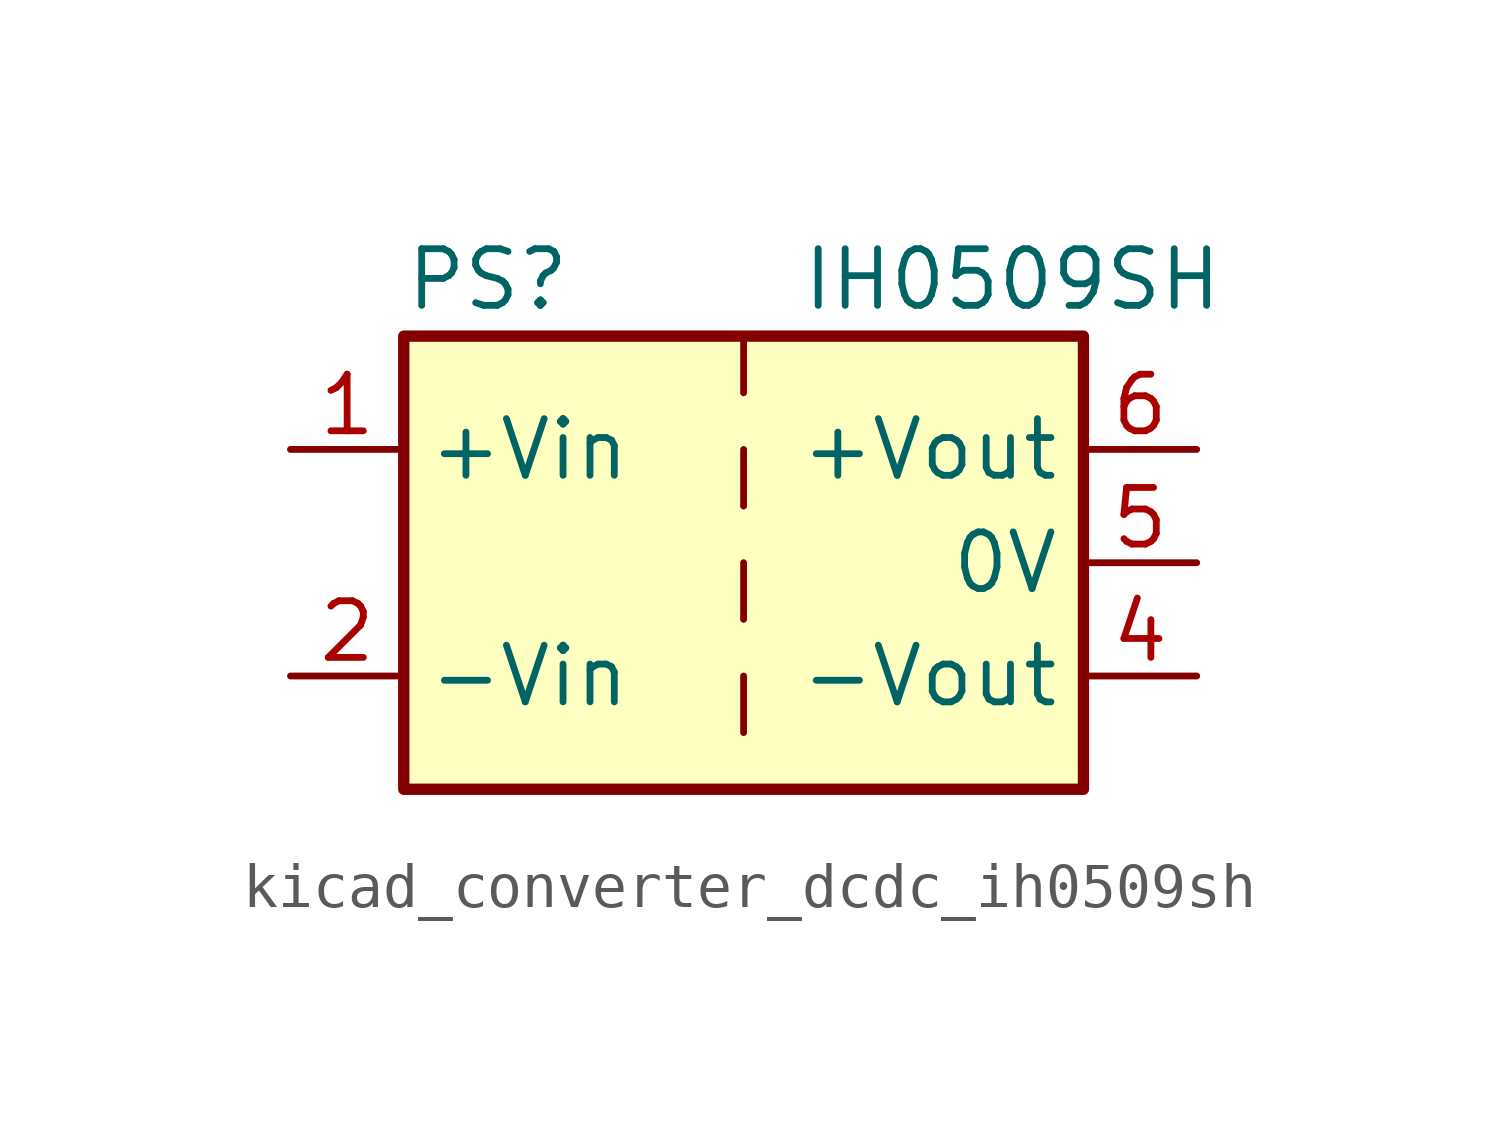
<source format=kicad_sym>
(kicad_symbol_lib
  (version 20220914)
  (generator kicad_symbol_editor)
  (symbol "kicad_converter_dcdc_ih0509sh"
    (property "Reference" "PS"
      (at -7.62 6.35 0)
      (effects (font (size 1.27 1.27)) (justify left)))
    (property "Value" "IH0509SH"
      (at 1.27 6.35 0)
      (effects (font (size 1.27 1.27)) (justify left)))
    (symbol "kicad_converter_dcdc_ih0509sh_0_0"
      (pin power_in line (at -10.16 2.54 0) (length 2.54) (name "+Vin" (effects (font (size 1.27 1.27)))) (number "1" (effects (font (size 1.27 1.27)))))
      (pin power_in line (at -10.16 -2.54 0) (length 2.54) (name "-Vin" (effects (font (size 1.27 1.27)))) (number "2" (effects (font (size 1.27 1.27)))))
      (pin power_out line (at 10.16 -2.54 180) (length 2.54) (name "-Vout" (effects (font (size 1.27 1.27)))) (number "4" (effects (font (size 1.27 1.27)))))
      (pin power_out line (at 10.16 0 180) (length 2.54) (name "0V" (effects (font (size 1.27 1.27)))) (number "5" (effects (font (size 1.27 1.27)))))
      (pin power_out line (at 10.16 2.54 180) (length 2.54) (name "+Vout" (effects (font (size 1.27 1.27)))) (number "6" (effects (font (size 1.27 1.27))))))
    (symbol "kicad_converter_dcdc_ih0509sh_0_1"
      (rectangle (start -7.62 5.08) (end 7.62 -5.08) (stroke (width 0.254) (type default)) (fill (type background)))
      (polyline (pts (xy 0 -2.54) (xy 0 -3.81)) (stroke (width 0) (type default)) (fill (type none)))
      (polyline (pts (xy 0 0) (xy 0 -1.27)) (stroke (width 0) (type default)) (fill (type none)))
      (polyline (pts (xy 0 2.54) (xy 0 1.27)) (stroke (width 0) (type default)) (fill (type none)))
      (polyline (pts (xy 0 5.08) (xy 0 3.81)) (stroke (width 0) (type default)) (fill (type none))))))
</source>
